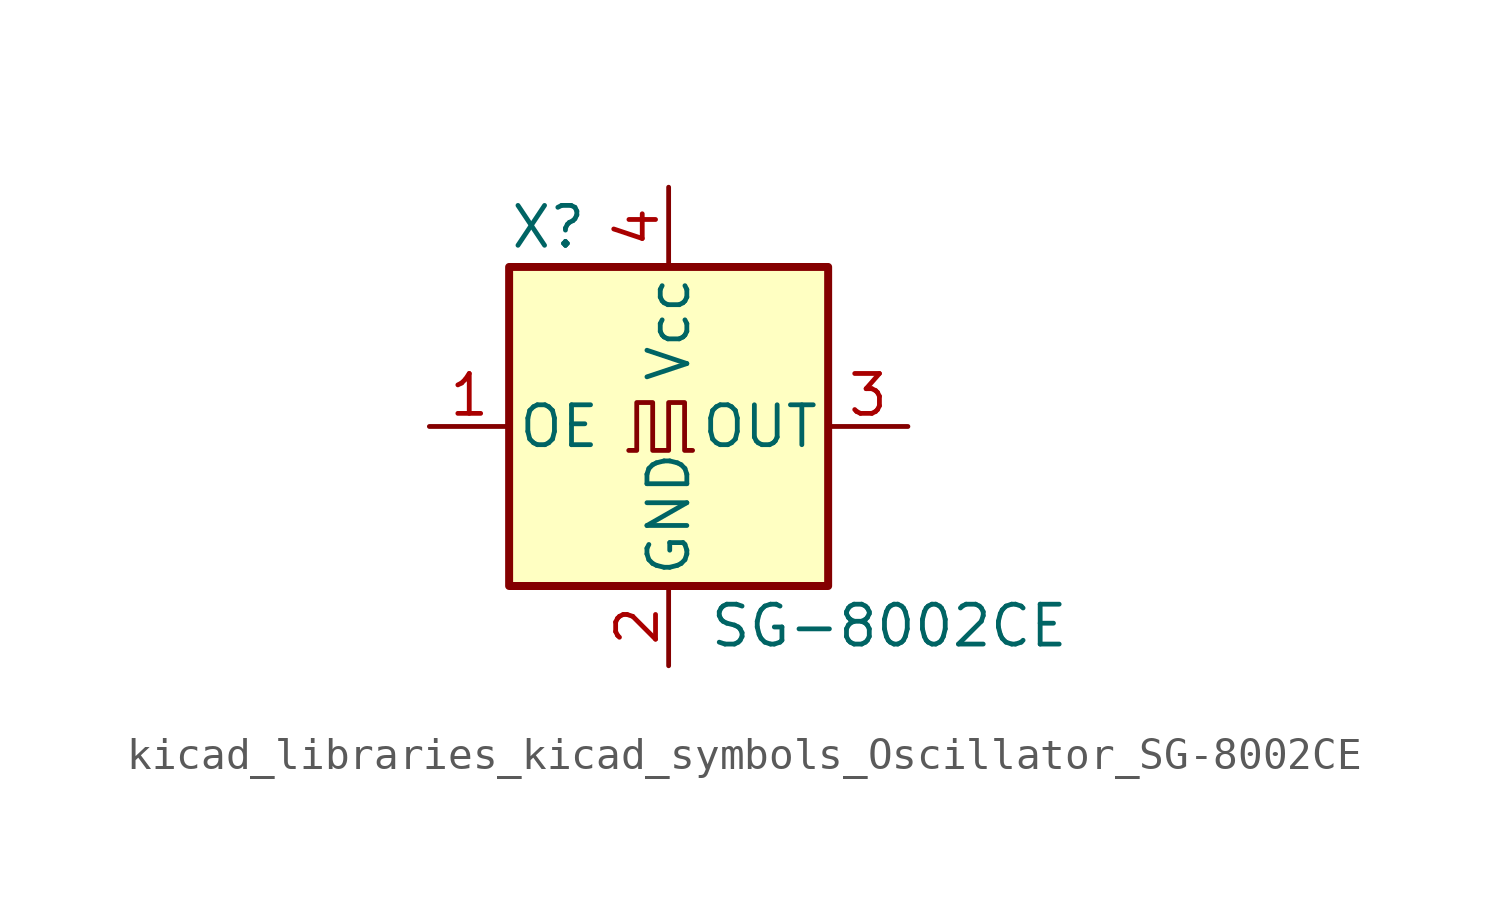
<source format=kicad_sym>
(kicad_symbol_lib
  (version 20220914)
  (generator kicad_symbol_editor)
  (symbol "kicad_libraries_kicad_symbols_Oscillator_SG-8002CE"
    (pin_names
      (offset 0.254))
    (property "Reference" "X"
      (at -5.08 6.35 0)
      (effects (font (size 1.27 1.27)) (justify left)))
    (property "Value" "SG-8002CE"
      (at 1.27 -6.35 0)
      (effects (font (size 1.27 1.27)) (justify left)))
    (symbol "kicad_libraries_kicad_symbols_Oscillator_SG-8002CE_0_1"
      (rectangle (start -5.08 5.08) (end 5.08 -5.08) (stroke (width 0.254) (type default)) (fill (type background)))
      (polyline (pts (xy -1.27 -0.762) (xy -1.016 -0.762) (xy -1.016 0.762) (xy -0.508 0.762) (xy -0.508 -0.762) (xy 0 -0.762) (xy 0 0.762) (xy 0.508 0.762) (xy 0.508 -0.762) (xy 0.762 -0.762)) (stroke (width 0) (type default)) (fill (type none))))
    (symbol "kicad_libraries_kicad_symbols_Oscillator_SG-8002CE_1_1"
      (pin input line (at -7.62 0 0) (length 2.54) (name "OE" (effects (font (size 1.27 1.27)))) (number "1" (effects (font (size 1.27 1.27)))))
      (pin power_in line (at 0 -7.62 90) (length 2.54) (name "GND" (effects (font (size 1.27 1.27)))) (number "2" (effects (font (size 1.27 1.27)))))
      (pin output line (at 7.62 0 180) (length 2.54) (name "OUT" (effects (font (size 1.27 1.27)))) (number "3" (effects (font (size 1.27 1.27)))))
      (pin power_in line (at 0 7.62 270) (length 2.54) (name "Vcc" (effects (font (size 1.27 1.27)))) (number "4" (effects (font (size 1.27 1.27))))))))
</source>
